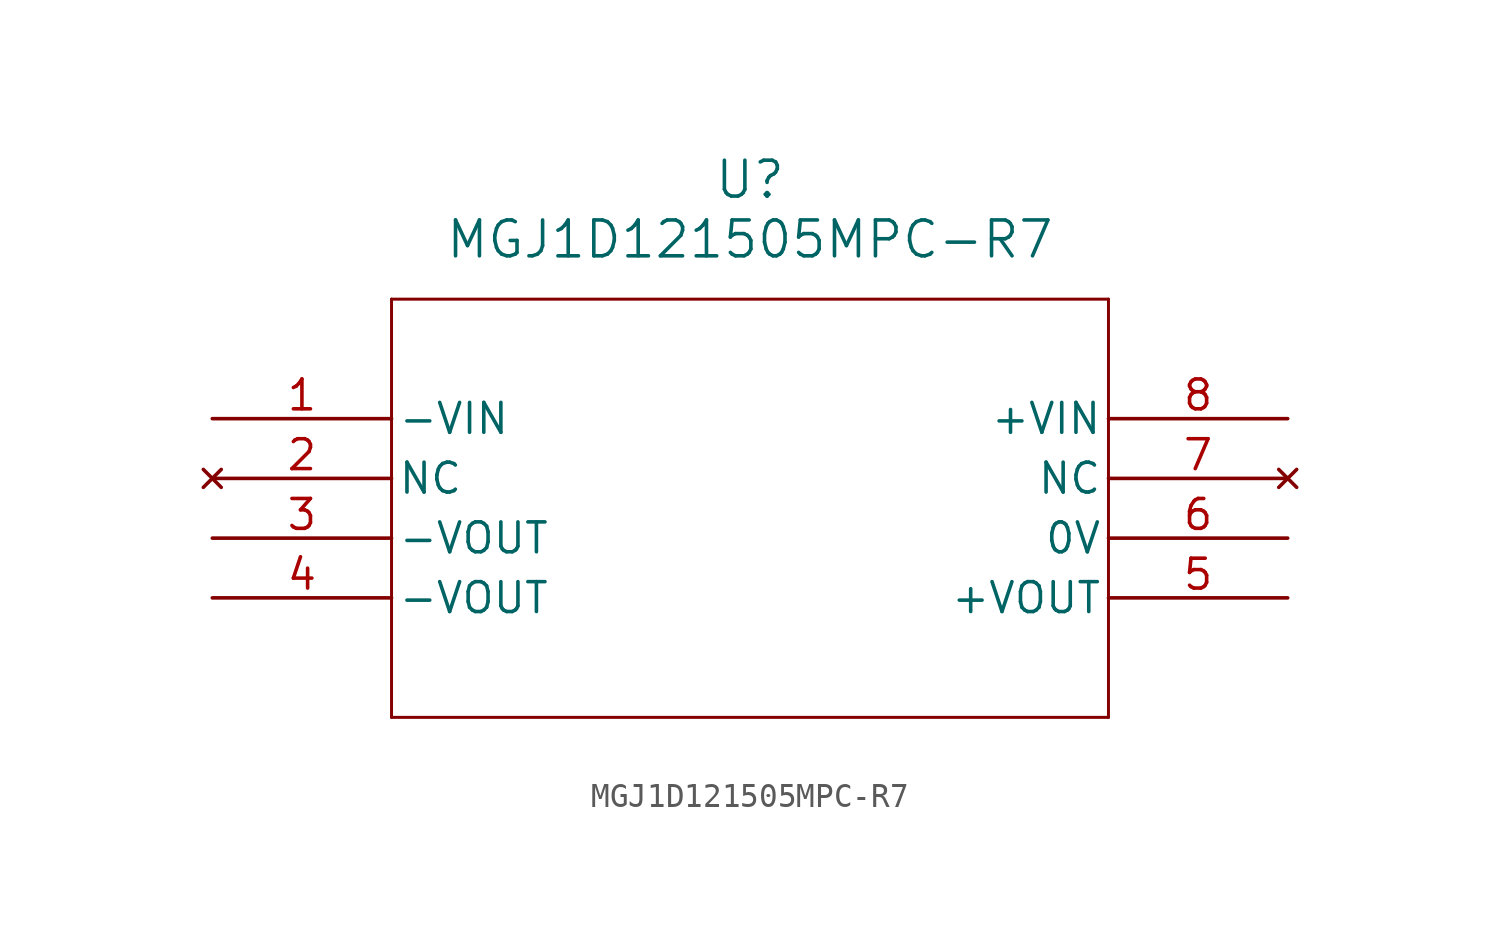
<source format=kicad_sym>
(kicad_symbol_lib
  (version 20211014)
  (generator kicad_symbol_editor)
  (symbol "MGJ1D121505MPC-R7"
    (pin_names
      (offset 0.254))
    (property "Reference" "U"
      (at 22.86 10.16 0)
      (effects (font (size 1.524 1.524))))
    (property "Value" "MGJ1D121505MPC-R7"
      (at 22.86 7.62 0)
      (effects (font (size 1.524 1.524))))
    (symbol "MGJ1D121505MPC-R7_0_1"
      (polyline (pts (xy 7.62 5.08) (xy 7.62 -12.7)) (stroke (width 0.127) (type default) (color 0 0 0 0)) (fill (type none)))
      (polyline (pts (xy 7.62 -12.7) (xy 38.1 -12.7)) (stroke (width 0.127) (type default) (color 0 0 0 0)) (fill (type none)))
      (polyline (pts (xy 38.1 -12.7) (xy 38.1 5.08)) (stroke (width 0.127) (type default) (color 0 0 0 0)) (fill (type none)))
      (polyline (pts (xy 38.1 5.08) (xy 7.62 5.08)) (stroke (width 0.127) (type default) (color 0 0 0 0)) (fill (type none)))
      (pin power_in line (at 0 0 0) (length 7.62) (name "-VIN" (effects (font (size 1.27 1.27)))) (number "1" (effects (font (size 1.27 1.27)))))
      (pin no_connect line (at 0 -2.54 0) (length 7.62) (name "NC" (effects (font (size 1.27 1.27)))) (number "2" (effects (font (size 1.27 1.27)))))
      (pin power_in line (at 0 -5.08 0) (length 7.62) (name "-VOUT" (effects (font (size 1.27 1.27)))) (number "3" (effects (font (size 1.27 1.27)))))
      (pin power_in line (at 0 -7.62 0) (length 7.62) (name "-VOUT" (effects (font (size 1.27 1.27)))) (number "4" (effects (font (size 1.27 1.27)))))
      (pin power_in line (at 45.72 -7.62 180) (length 7.62) (name "+VOUT" (effects (font (size 1.27 1.27)))) (number "5" (effects (font (size 1.27 1.27)))))
      (pin bidirectional line (at 45.72 -5.08 180) (length 7.62) (name "0V" (effects (font (size 1.27 1.27)))) (number "6" (effects (font (size 1.27 1.27)))))
      (pin no_connect line (at 45.72 -2.54 180) (length 7.62) (name "NC" (effects (font (size 1.27 1.27)))) (number "7" (effects (font (size 1.27 1.27)))))
      (pin power_in line (at 45.72 0 180) (length 7.62) (name "+VIN" (effects (font (size 1.27 1.27)))) (number "8" (effects (font (size 1.27 1.27))))))))
</source>
